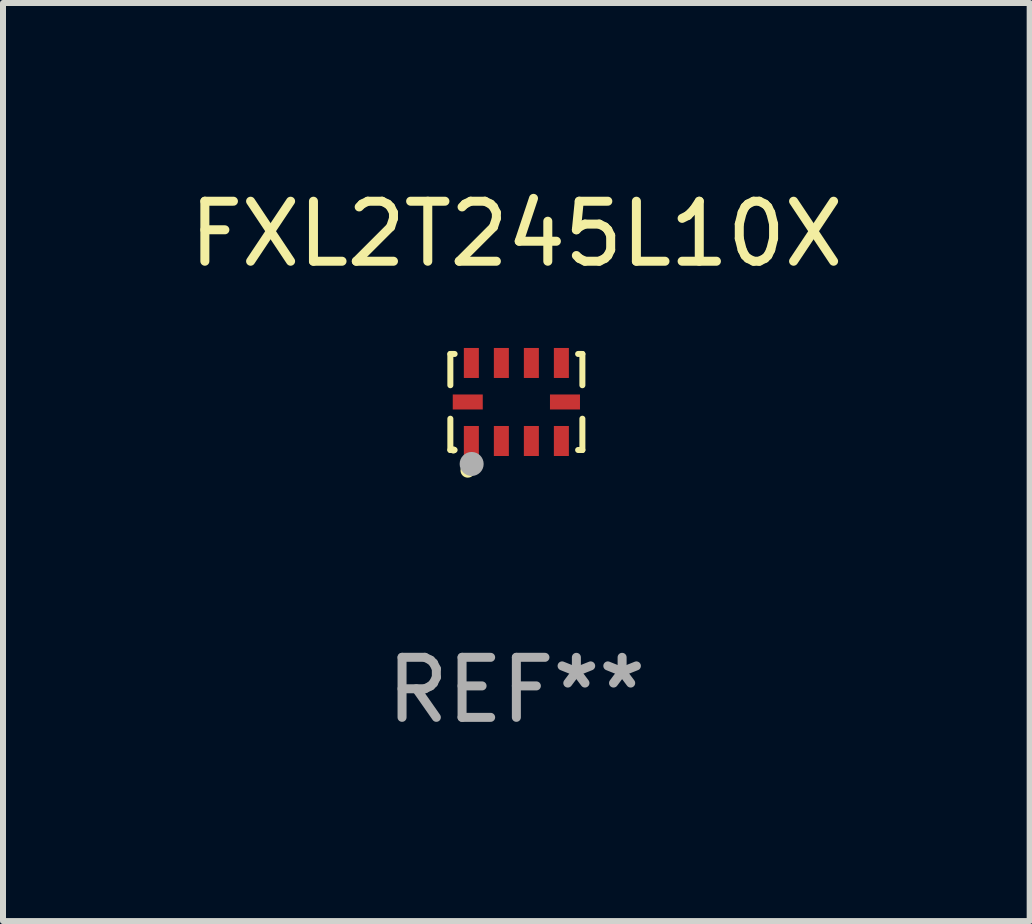
<source format=kicad_pcb>
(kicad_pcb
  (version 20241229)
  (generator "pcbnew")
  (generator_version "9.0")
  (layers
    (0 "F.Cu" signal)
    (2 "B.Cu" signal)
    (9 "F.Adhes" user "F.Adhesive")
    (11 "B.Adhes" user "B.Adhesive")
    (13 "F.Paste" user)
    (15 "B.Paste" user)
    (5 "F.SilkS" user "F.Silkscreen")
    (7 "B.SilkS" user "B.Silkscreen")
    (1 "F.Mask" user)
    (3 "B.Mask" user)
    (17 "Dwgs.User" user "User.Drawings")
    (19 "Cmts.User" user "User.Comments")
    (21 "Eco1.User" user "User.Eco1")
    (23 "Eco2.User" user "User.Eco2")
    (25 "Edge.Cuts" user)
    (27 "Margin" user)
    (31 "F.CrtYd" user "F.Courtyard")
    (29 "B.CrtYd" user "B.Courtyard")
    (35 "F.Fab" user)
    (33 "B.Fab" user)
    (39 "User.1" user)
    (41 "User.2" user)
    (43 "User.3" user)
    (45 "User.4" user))
  (footprint "FXL2T245L10X"
    (layer "F.Cu")
    (at 5.554 3.648)
    (property "Reference" "FXL2T245L10X" (at 0 -2.8 0) (layer "F.SilkS") (effects (font (size 1 1) (thickness 0.15))))
    (attr through_hole)
    (fp_line (start -1.1 -0.8) (end -1.1 -0.279) (stroke (width 0.1) (type solid)) (layer "F.SilkS"))
    (fp_line (start -1.1 0.279) (end -1.1 0.8) (stroke (width 0.1) (type solid)) (layer "F.SilkS"))
    (fp_line (start -1.1 0.8) (end -1.029 0.8) (stroke (width 0.1) (type solid)) (layer "F.SilkS"))
    (fp_line (start -1.029 -0.8) (end -1.1 -0.8) (stroke (width 0.1) (type solid)) (layer "F.SilkS"))
    (fp_line (start 1.029 0.8) (end 1.1 0.8) (stroke (width 0.1) (type solid)) (layer "F.SilkS"))
    (fp_line (start 1.1 -0.8) (end 1.029 -0.8) (stroke (width 0.1) (type solid)) (layer "F.SilkS"))
    (fp_line (start 1.1 -0.8) (end 1.1 -0.279) (stroke (width 0.1) (type solid)) (layer "F.SilkS"))
    (fp_line (start 1.1 0.279) (end 1.1 0.8) (stroke (width 0.1) (type solid)) (layer "F.SilkS"))
    (fp_circle (center -1.05 0.8) (end -1.02 0.8) (stroke (width 0.06) (type solid)) (fill no) (layer "F.SilkS"))
    (fp_circle (center -0.81 1.14) (end -0.739 1.14) (stroke (width 0.1) (type solid)) (fill no) (layer "F.SilkS"))
    (fp_circle (center -0.745 1.033) (end -0.645 1.033) (stroke (width 0.2) (type solid)) (fill no) (layer "F.Fab"))
    (fp_text user "REF**" (at 0 4.8 0) (layer "F.Fab") (effects (font (size 1 1) (thickness 0.15))))
    (pad "1" smd rect (at -0.75 0.65) (size 0.25 0.5) (layers "F.Cu" "F.Mask" "F.Paste"))
    (pad "2" smd rect (at -0.25 0.65) (size 0.25 0.5) (layers "F.Cu" "F.Mask" "F.Paste"))
    (pad "3" smd rect (at 0.25 0.65) (size 0.25 0.5) (layers "F.Cu" "F.Mask" "F.Paste"))
    (pad "4" smd rect (at 0.75 0.65) (size 0.25 0.5) (layers "F.Cu" "F.Mask" "F.Paste"))
    (pad "5" smd rect (at 0.81 0.000013 90) (size 0.25 0.5) (layers "F.Cu" "F.Mask" "F.Paste"))
    (pad "6" smd rect (at 0.75 -0.65) (size 0.25 0.5) (layers "F.Cu" "F.Mask" "F.Paste"))
    (pad "7" smd rect (at 0.25 -0.65) (size 0.25 0.5) (layers "F.Cu" "F.Mask" "F.Paste"))
    (pad "8" smd rect (at -0.25 -0.65) (size 0.25 0.5) (layers "F.Cu" "F.Mask" "F.Paste"))
    (pad "9" smd rect (at -0.75 -0.65) (size 0.25 0.5) (layers "F.Cu" "F.Mask" "F.Paste"))
    (pad "10" smd rect (at -0.81 0.000013 90) (size 0.25 0.5) (layers "F.Cu" "F.Mask" "F.Paste")))
  (gr_rect
    (start -3 -3)
    (end 14.107 12.297)
    (stroke (width 0.1) (type default))
    (fill no)
    (layer "Edge.Cuts")))
</source>
